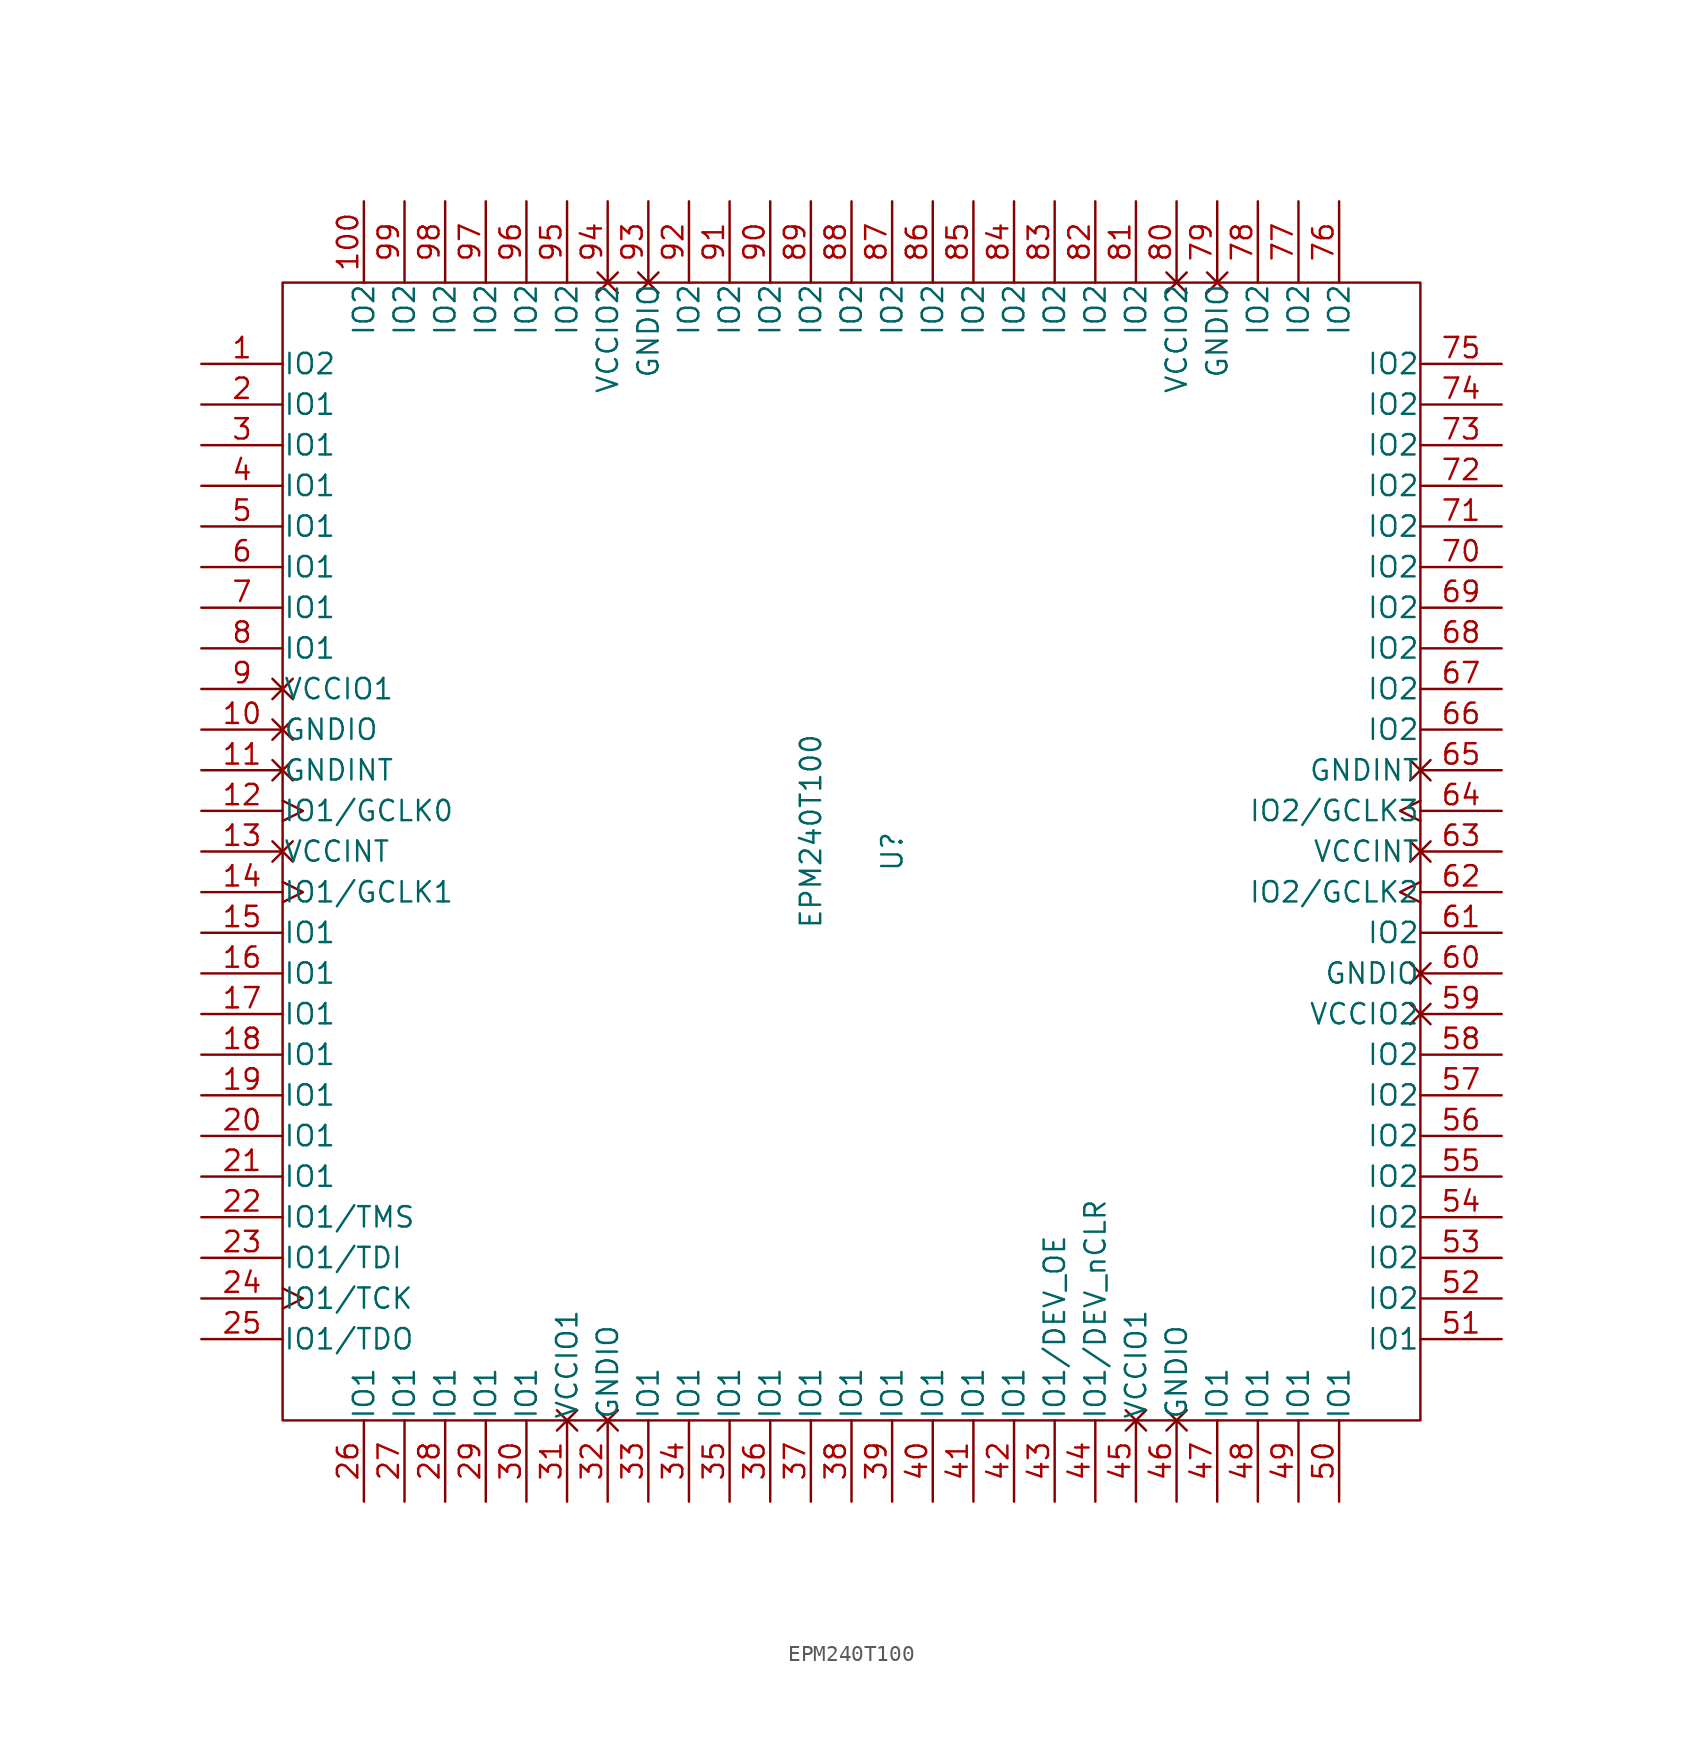
<source format=kicad_sym>
(kicad_symbol_lib
  (version 20220914)
  (generator kicad_symbol_editor)
  (symbol "EPM240T100"
    (pin_names
      (offset 0.025))
    (property "Reference" "U"
      (at 2.54 -1.27 90)
      (effects (font (size 1.27 1.27))))
    (property "Value" "EPM240T100"
      (at -2.54 0 90)
      (effects (font (size 1.27 1.27))))
    (property "Footprint" ""
      (at -10.668 12.7 90)
      (effects (font (size 0.762 0.762))))
    (property "Datasheet" ""
      (at -8.89 12.7 0)
      (effects (font (size 0.762 0.762))))
    (symbol "EPM240T100_0_1"
      (rectangle (start -35.56 34.29) (end 35.56 -36.83) (stroke (width 0) (type default)) (fill (type none))))
    (symbol "EPM240T100_1_1"
      (pin bidirectional line (at -40.64 29.21 0) (length 5.08) (name "IO2" (effects (font (size 1.27 1.27)))) (number "1" (effects (font (size 1.27 1.27)))))
      (pin power_in non_logic (at -40.64 6.35 0) (length 5.08) (name "GNDIO" (effects (font (size 1.27 1.27)))) (number "10" (effects (font (size 1.27 1.27)))))
      (pin bidirectional line (at -30.48 39.37 270) (length 5.08) (name "IO2" (effects (font (size 1.27 1.27)))) (number "100" (effects (font (size 1.27 1.27)))))
      (pin power_in non_logic (at -40.64 3.81 0) (length 5.08) (name "GNDINT" (effects (font (size 1.27 1.27)))) (number "11" (effects (font (size 1.27 1.27)))))
      (pin bidirectional clock (at -40.64 1.27 0) (length 5.08) (name "IO1/GCLK0" (effects (font (size 1.27 1.27)))) (number "12" (effects (font (size 1.27 1.27)))))
      (pin power_in non_logic (at -40.64 -1.27 0) (length 5.08) (name "VCCINT" (effects (font (size 1.27 1.27)))) (number "13" (effects (font (size 1.27 1.27)))))
      (pin bidirectional clock (at -40.64 -3.81 0) (length 5.08) (name "IO1/GCLK1" (effects (font (size 1.27 1.27)))) (number "14" (effects (font (size 1.27 1.27)))))
      (pin bidirectional line (at -40.64 -6.35 0) (length 5.08) (name "IO1" (effects (font (size 1.27 1.27)))) (number "15" (effects (font (size 1.27 1.27)))))
      (pin bidirectional line (at -40.64 -8.89 0) (length 5.08) (name "IO1" (effects (font (size 1.27 1.27)))) (number "16" (effects (font (size 1.27 1.27)))))
      (pin bidirectional line (at -40.64 -11.43 0) (length 5.08) (name "IO1" (effects (font (size 1.27 1.27)))) (number "17" (effects (font (size 1.27 1.27)))))
      (pin bidirectional line (at -40.64 -13.97 0) (length 5.08) (name "IO1" (effects (font (size 1.27 1.27)))) (number "18" (effects (font (size 1.27 1.27)))))
      (pin bidirectional line (at -40.64 -16.51 0) (length 5.08) (name "IO1" (effects (font (size 1.27 1.27)))) (number "19" (effects (font (size 1.27 1.27)))))
      (pin bidirectional line (at -40.64 26.67 0) (length 5.08) (name "IO1" (effects (font (size 1.27 1.27)))) (number "2" (effects (font (size 1.27 1.27)))))
      (pin bidirectional line (at -40.64 -19.05 0) (length 5.08) (name "IO1" (effects (font (size 1.27 1.27)))) (number "20" (effects (font (size 1.27 1.27)))))
      (pin bidirectional line (at -40.64 -21.59 0) (length 5.08) (name "IO1" (effects (font (size 1.27 1.27)))) (number "21" (effects (font (size 1.27 1.27)))))
      (pin bidirectional line (at -40.64 -24.13 0) (length 5.08) (name "IO1/TMS" (effects (font (size 1.27 1.27)))) (number "22" (effects (font (size 1.27 1.27)))))
      (pin input line (at -40.64 -26.67 0) (length 5.08) (name "IO1/TDI" (effects (font (size 1.27 1.27)))) (number "23" (effects (font (size 1.27 1.27)))))
      (pin input clock (at -40.64 -29.21 0) (length 5.08) (name "IO1/TCK" (effects (font (size 1.27 1.27)))) (number "24" (effects (font (size 1.27 1.27)))))
      (pin output line (at -40.64 -31.75 0) (length 5.08) (name "IO1/TDO" (effects (font (size 1.27 1.27)))) (number "25" (effects (font (size 1.27 1.27)))))
      (pin bidirectional line (at -30.48 -41.91 90) (length 5.08) (name "IO1" (effects (font (size 1.27 1.27)))) (number "26" (effects (font (size 1.27 1.27)))))
      (pin bidirectional line (at -27.94 -41.91 90) (length 5.08) (name "IO1" (effects (font (size 1.27 1.27)))) (number "27" (effects (font (size 1.27 1.27)))))
      (pin bidirectional line (at -25.4 -41.91 90) (length 5.08) (name "IO1" (effects (font (size 1.27 1.27)))) (number "28" (effects (font (size 1.27 1.27)))))
      (pin bidirectional line (at -22.86 -41.91 90) (length 5.08) (name "IO1" (effects (font (size 1.27 1.27)))) (number "29" (effects (font (size 1.27 1.27)))))
      (pin bidirectional line (at -40.64 24.13 0) (length 5.08) (name "IO1" (effects (font (size 1.27 1.27)))) (number "3" (effects (font (size 1.27 1.27)))))
      (pin bidirectional line (at -20.32 -41.91 90) (length 5.08) (name "IO1" (effects (font (size 1.27 1.27)))) (number "30" (effects (font (size 1.27 1.27)))))
      (pin power_in non_logic (at -17.78 -41.91 90) (length 5.08) (name "VCCIO1" (effects (font (size 1.27 1.27)))) (number "31" (effects (font (size 1.27 1.27)))))
      (pin power_in non_logic (at -15.24 -41.91 90) (length 5.08) (name "GNDIO" (effects (font (size 1.27 1.27)))) (number "32" (effects (font (size 1.27 1.27)))))
      (pin bidirectional line (at -12.7 -41.91 90) (length 5.08) (name "IO1" (effects (font (size 1.27 1.27)))) (number "33" (effects (font (size 1.27 1.27)))))
      (pin bidirectional line (at -10.16 -41.91 90) (length 5.08) (name "IO1" (effects (font (size 1.27 1.27)))) (number "34" (effects (font (size 1.27 1.27)))))
      (pin bidirectional line (at -7.62 -41.91 90) (length 5.08) (name "IO1" (effects (font (size 1.27 1.27)))) (number "35" (effects (font (size 1.27 1.27)))))
      (pin bidirectional line (at -5.08 -41.91 90) (length 5.08) (name "IO1" (effects (font (size 1.27 1.27)))) (number "36" (effects (font (size 1.27 1.27)))))
      (pin bidirectional line (at -2.54 -41.91 90) (length 5.08) (name "IO1" (effects (font (size 1.27 1.27)))) (number "37" (effects (font (size 1.27 1.27)))))
      (pin bidirectional line (at 0 -41.91 90) (length 5.08) (name "IO1" (effects (font (size 1.27 1.27)))) (number "38" (effects (font (size 1.27 1.27)))))
      (pin bidirectional line (at 2.54 -41.91 90) (length 5.08) (name "IO1" (effects (font (size 1.27 1.27)))) (number "39" (effects (font (size 1.27 1.27)))))
      (pin bidirectional line (at -40.64 21.59 0) (length 5.08) (name "IO1" (effects (font (size 1.27 1.27)))) (number "4" (effects (font (size 1.27 1.27)))))
      (pin bidirectional line (at 5.08 -41.91 90) (length 5.08) (name "IO1" (effects (font (size 1.27 1.27)))) (number "40" (effects (font (size 1.27 1.27)))))
      (pin bidirectional line (at 7.62 -41.91 90) (length 5.08) (name "IO1" (effects (font (size 1.27 1.27)))) (number "41" (effects (font (size 1.27 1.27)))))
      (pin bidirectional line (at 10.16 -41.91 90) (length 5.08) (name "IO1" (effects (font (size 1.27 1.27)))) (number "42" (effects (font (size 1.27 1.27)))))
      (pin bidirectional line (at 12.7 -41.91 90) (length 5.08) (name "IO1/DEV_OE" (effects (font (size 1.27 1.27)))) (number "43" (effects (font (size 1.27 1.27)))))
      (pin bidirectional line (at 15.24 -41.91 90) (length 5.08) (name "IO1/DEV_nCLR" (effects (font (size 1.27 1.27)))) (number "44" (effects (font (size 1.27 1.27)))))
      (pin power_in non_logic (at 17.78 -41.91 90) (length 5.08) (name "VCCIO1" (effects (font (size 1.27 1.27)))) (number "45" (effects (font (size 1.27 1.27)))))
      (pin power_in non_logic (at 20.32 -41.91 90) (length 5.08) (name "GNDIO" (effects (font (size 1.27 1.27)))) (number "46" (effects (font (size 1.27 1.27)))))
      (pin bidirectional line (at 22.86 -41.91 90) (length 5.08) (name "IO1" (effects (font (size 1.27 1.27)))) (number "47" (effects (font (size 1.27 1.27)))))
      (pin bidirectional line (at 25.4 -41.91 90) (length 5.08) (name "IO1" (effects (font (size 1.27 1.27)))) (number "48" (effects (font (size 1.27 1.27)))))
      (pin bidirectional line (at 27.94 -41.91 90) (length 5.08) (name "IO1" (effects (font (size 1.27 1.27)))) (number "49" (effects (font (size 1.27 1.27)))))
      (pin bidirectional line (at -40.64 19.05 0) (length 5.08) (name "IO1" (effects (font (size 1.27 1.27)))) (number "5" (effects (font (size 1.27 1.27)))))
      (pin bidirectional line (at 30.48 -41.91 90) (length 5.08) (name "IO1" (effects (font (size 1.27 1.27)))) (number "50" (effects (font (size 1.27 1.27)))))
      (pin bidirectional line (at 40.64 -31.75 180) (length 5.08) (name "IO1" (effects (font (size 1.27 1.27)))) (number "51" (effects (font (size 1.27 1.27)))))
      (pin bidirectional line (at 40.64 -29.21 180) (length 5.08) (name "IO2" (effects (font (size 1.27 1.27)))) (number "52" (effects (font (size 1.27 1.27)))))
      (pin bidirectional line (at 40.64 -26.67 180) (length 5.08) (name "IO2" (effects (font (size 1.27 1.27)))) (number "53" (effects (font (size 1.27 1.27)))))
      (pin bidirectional line (at 40.64 -24.13 180) (length 5.08) (name "IO2" (effects (font (size 1.27 1.27)))) (number "54" (effects (font (size 1.27 1.27)))))
      (pin bidirectional line (at 40.64 -21.59 180) (length 5.08) (name "IO2" (effects (font (size 1.27 1.27)))) (number "55" (effects (font (size 1.27 1.27)))))
      (pin bidirectional line (at 40.64 -19.05 180) (length 5.08) (name "IO2" (effects (font (size 1.27 1.27)))) (number "56" (effects (font (size 1.27 1.27)))))
      (pin bidirectional line (at 40.64 -16.51 180) (length 5.08) (name "IO2" (effects (font (size 1.27 1.27)))) (number "57" (effects (font (size 1.27 1.27)))))
      (pin bidirectional line (at 40.64 -13.97 180) (length 5.08) (name "IO2" (effects (font (size 1.27 1.27)))) (number "58" (effects (font (size 1.27 1.27)))))
      (pin power_in non_logic (at 40.64 -11.43 180) (length 5.08) (name "VCCIO2" (effects (font (size 1.27 1.27)))) (number "59" (effects (font (size 1.27 1.27)))))
      (pin bidirectional line (at -40.64 16.51 0) (length 5.08) (name "IO1" (effects (font (size 1.27 1.27)))) (number "6" (effects (font (size 1.27 1.27)))))
      (pin power_in non_logic (at 40.64 -8.89 180) (length 5.08) (name "GNDIO" (effects (font (size 1.27 1.27)))) (number "60" (effects (font (size 1.27 1.27)))))
      (pin bidirectional line (at 40.64 -6.35 180) (length 5.08) (name "IO2" (effects (font (size 1.27 1.27)))) (number "61" (effects (font (size 1.27 1.27)))))
      (pin bidirectional clock (at 40.64 -3.81 180) (length 5.08) (name "IO2/GCLK2" (effects (font (size 1.27 1.27)))) (number "62" (effects (font (size 1.27 1.27)))))
      (pin power_in non_logic (at 40.64 -1.27 180) (length 5.08) (name "VCCINT" (effects (font (size 1.27 1.27)))) (number "63" (effects (font (size 1.27 1.27)))))
      (pin bidirectional clock (at 40.64 1.27 180) (length 5.08) (name "IO2/GCLK3" (effects (font (size 1.27 1.27)))) (number "64" (effects (font (size 1.27 1.27)))))
      (pin power_in non_logic (at 40.64 3.81 180) (length 5.08) (name "GNDINT" (effects (font (size 1.27 1.27)))) (number "65" (effects (font (size 1.27 1.27)))))
      (pin bidirectional line (at 40.64 6.35 180) (length 5.08) (name "IO2" (effects (font (size 1.27 1.27)))) (number "66" (effects (font (size 1.27 1.27)))))
      (pin bidirectional line (at 40.64 8.89 180) (length 5.08) (name "IO2" (effects (font (size 1.27 1.27)))) (number "67" (effects (font (size 1.27 1.27)))))
      (pin bidirectional line (at 40.64 11.43 180) (length 5.08) (name "IO2" (effects (font (size 1.27 1.27)))) (number "68" (effects (font (size 1.27 1.27)))))
      (pin bidirectional line (at 40.64 13.97 180) (length 5.08) (name "IO2" (effects (font (size 1.27 1.27)))) (number "69" (effects (font (size 1.27 1.27)))))
      (pin bidirectional line (at -40.64 13.97 0) (length 5.08) (name "IO1" (effects (font (size 1.27 1.27)))) (number "7" (effects (font (size 1.27 1.27)))))
      (pin bidirectional line (at 40.64 16.51 180) (length 5.08) (name "IO2" (effects (font (size 1.27 1.27)))) (number "70" (effects (font (size 1.27 1.27)))))
      (pin bidirectional line (at 40.64 19.05 180) (length 5.08) (name "IO2" (effects (font (size 1.27 1.27)))) (number "71" (effects (font (size 1.27 1.27)))))
      (pin bidirectional line (at 40.64 21.59 180) (length 5.08) (name "IO2" (effects (font (size 1.27 1.27)))) (number "72" (effects (font (size 1.27 1.27)))))
      (pin bidirectional line (at 40.64 24.13 180) (length 5.08) (name "IO2" (effects (font (size 1.27 1.27)))) (number "73" (effects (font (size 1.27 1.27)))))
      (pin bidirectional line (at 40.64 26.67 180) (length 5.08) (name "IO2" (effects (font (size 1.27 1.27)))) (number "74" (effects (font (size 1.27 1.27)))))
      (pin bidirectional line (at 40.64 29.21 180) (length 5.08) (name "IO2" (effects (font (size 1.27 1.27)))) (number "75" (effects (font (size 1.27 1.27)))))
      (pin bidirectional line (at 30.48 39.37 270) (length 5.08) (name "IO2" (effects (font (size 1.27 1.27)))) (number "76" (effects (font (size 1.27 1.27)))))
      (pin bidirectional line (at 27.94 39.37 270) (length 5.08) (name "IO2" (effects (font (size 1.27 1.27)))) (number "77" (effects (font (size 1.27 1.27)))))
      (pin bidirectional line (at 25.4 39.37 270) (length 5.08) (name "IO2" (effects (font (size 1.27 1.27)))) (number "78" (effects (font (size 1.27 1.27)))))
      (pin power_in non_logic (at 22.86 39.37 270) (length 5.08) (name "GNDIO" (effects (font (size 1.27 1.27)))) (number "79" (effects (font (size 1.27 1.27)))))
      (pin bidirectional line (at -40.64 11.43 0) (length 5.08) (name "IO1" (effects (font (size 1.27 1.27)))) (number "8" (effects (font (size 1.27 1.27)))))
      (pin power_in non_logic (at 20.32 39.37 270) (length 5.08) (name "VCCIO2" (effects (font (size 1.27 1.27)))) (number "80" (effects (font (size 1.27 1.27)))))
      (pin bidirectional line (at 17.78 39.37 270) (length 5.08) (name "IO2" (effects (font (size 1.27 1.27)))) (number "81" (effects (font (size 1.27 1.27)))))
      (pin bidirectional line (at 15.24 39.37 270) (length 5.08) (name "IO2" (effects (font (size 1.27 1.27)))) (number "82" (effects (font (size 1.27 1.27)))))
      (pin bidirectional line (at 12.7 39.37 270) (length 5.08) (name "IO2" (effects (font (size 1.27 1.27)))) (number "83" (effects (font (size 1.27 1.27)))))
      (pin bidirectional line (at 10.16 39.37 270) (length 5.08) (name "IO2" (effects (font (size 1.27 1.27)))) (number "84" (effects (font (size 1.27 1.27)))))
      (pin bidirectional line (at 7.62 39.37 270) (length 5.08) (name "IO2" (effects (font (size 1.27 1.27)))) (number "85" (effects (font (size 1.27 1.27)))))
      (pin bidirectional line (at 5.08 39.37 270) (length 5.08) (name "IO2" (effects (font (size 1.27 1.27)))) (number "86" (effects (font (size 1.27 1.27)))))
      (pin bidirectional line (at 2.54 39.37 270) (length 5.08) (name "IO2" (effects (font (size 1.27 1.27)))) (number "87" (effects (font (size 1.27 1.27)))))
      (pin bidirectional line (at 0 39.37 270) (length 5.08) (name "IO2" (effects (font (size 1.27 1.27)))) (number "88" (effects (font (size 1.27 1.27)))))
      (pin bidirectional line (at -2.54 39.37 270) (length 5.08) (name "IO2" (effects (font (size 1.27 1.27)))) (number "89" (effects (font (size 1.27 1.27)))))
      (pin power_in non_logic (at -40.64 8.89 0) (length 5.08) (name "VCCIO1" (effects (font (size 1.27 1.27)))) (number "9" (effects (font (size 1.27 1.27)))))
      (pin bidirectional line (at -5.08 39.37 270) (length 5.08) (name "IO2" (effects (font (size 1.27 1.27)))) (number "90" (effects (font (size 1.27 1.27)))))
      (pin bidirectional line (at -7.62 39.37 270) (length 5.08) (name "IO2" (effects (font (size 1.27 1.27)))) (number "91" (effects (font (size 1.27 1.27)))))
      (pin bidirectional line (at -10.16 39.37 270) (length 5.08) (name "IO2" (effects (font (size 1.27 1.27)))) (number "92" (effects (font (size 1.27 1.27)))))
      (pin power_in non_logic (at -12.7 39.37 270) (length 5.08) (name "GNDIO" (effects (font (size 1.27 1.27)))) (number "93" (effects (font (size 1.27 1.27)))))
      (pin power_in non_logic (at -15.24 39.37 270) (length 5.08) (name "VCCIO2" (effects (font (size 1.27 1.27)))) (number "94" (effects (font (size 1.27 1.27)))))
      (pin bidirectional line (at -17.78 39.37 270) (length 5.08) (name "IO2" (effects (font (size 1.27 1.27)))) (number "95" (effects (font (size 1.27 1.27)))))
      (pin bidirectional line (at -20.32 39.37 270) (length 5.08) (name "IO2" (effects (font (size 1.27 1.27)))) (number "96" (effects (font (size 1.27 1.27)))))
      (pin bidirectional line (at -22.86 39.37 270) (length 5.08) (name "IO2" (effects (font (size 1.27 1.27)))) (number "97" (effects (font (size 1.27 1.27)))))
      (pin bidirectional line (at -25.4 39.37 270) (length 5.08) (name "IO2" (effects (font (size 1.27 1.27)))) (number "98" (effects (font (size 1.27 1.27)))))
      (pin bidirectional line (at -27.94 39.37 270) (length 5.08) (name "IO2" (effects (font (size 1.27 1.27)))) (number "99" (effects (font (size 1.27 1.27))))))))
</source>
